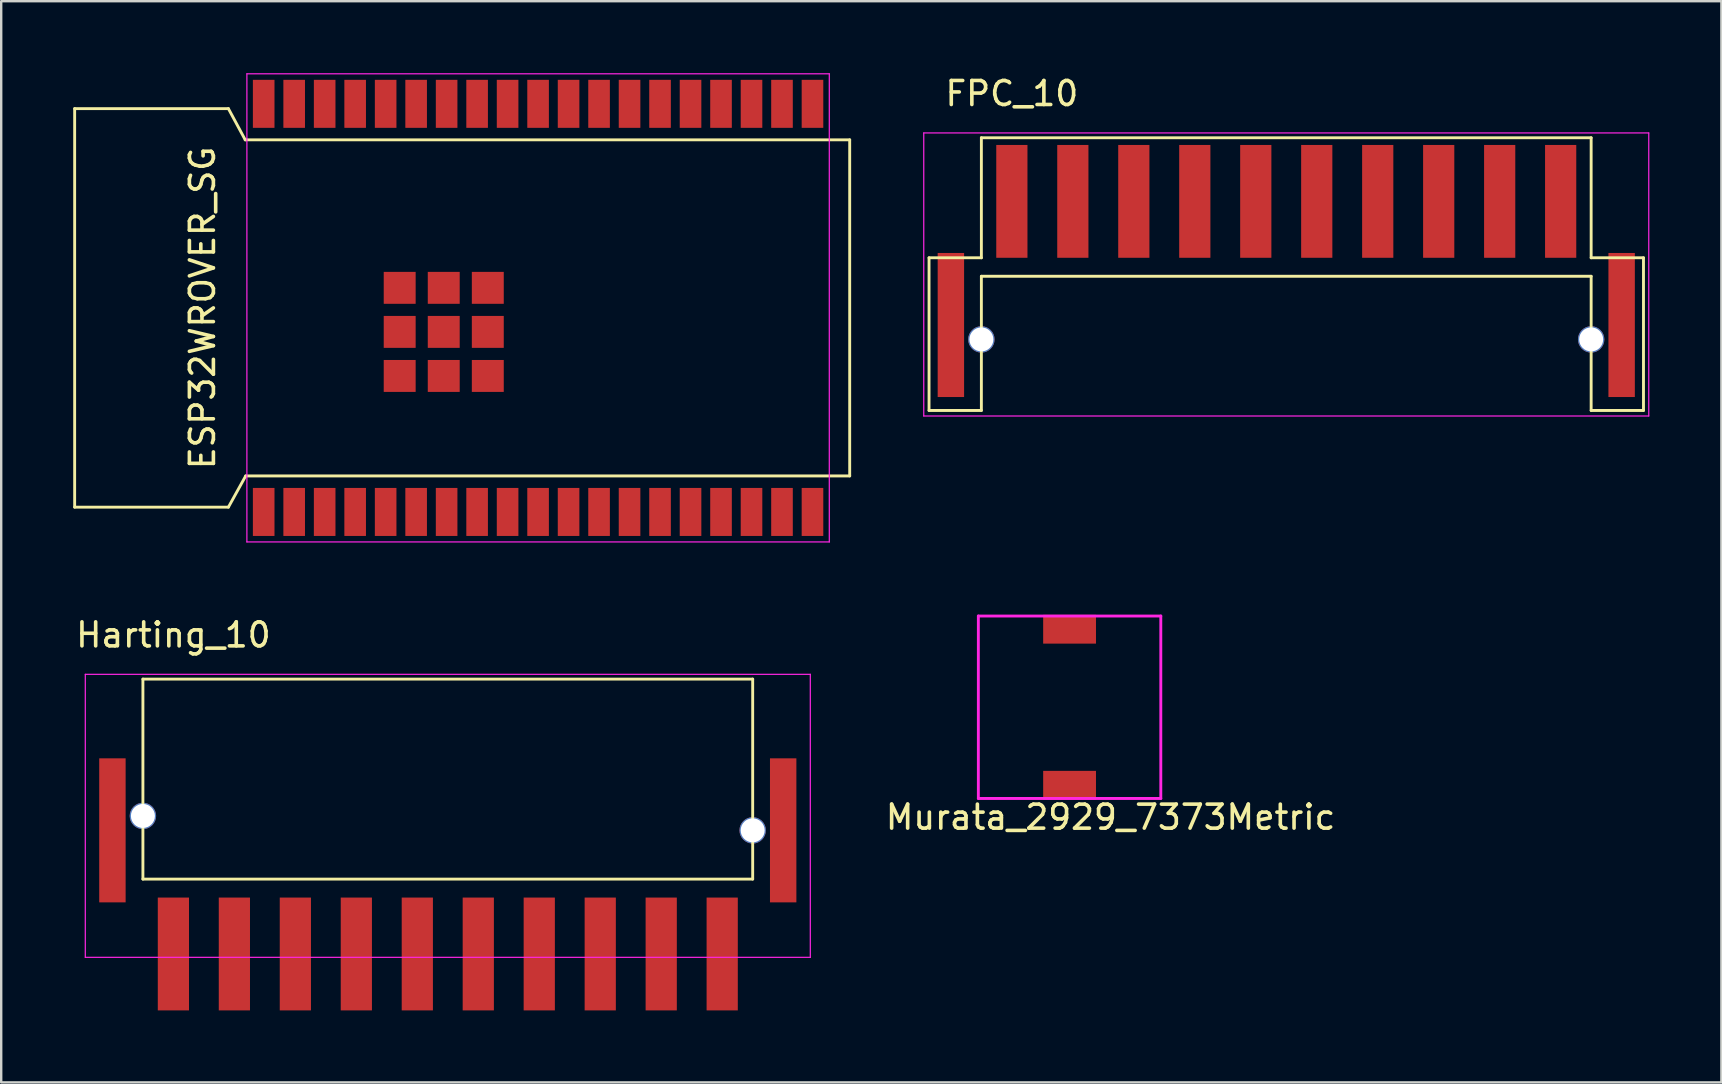
<source format=kicad_pcb>
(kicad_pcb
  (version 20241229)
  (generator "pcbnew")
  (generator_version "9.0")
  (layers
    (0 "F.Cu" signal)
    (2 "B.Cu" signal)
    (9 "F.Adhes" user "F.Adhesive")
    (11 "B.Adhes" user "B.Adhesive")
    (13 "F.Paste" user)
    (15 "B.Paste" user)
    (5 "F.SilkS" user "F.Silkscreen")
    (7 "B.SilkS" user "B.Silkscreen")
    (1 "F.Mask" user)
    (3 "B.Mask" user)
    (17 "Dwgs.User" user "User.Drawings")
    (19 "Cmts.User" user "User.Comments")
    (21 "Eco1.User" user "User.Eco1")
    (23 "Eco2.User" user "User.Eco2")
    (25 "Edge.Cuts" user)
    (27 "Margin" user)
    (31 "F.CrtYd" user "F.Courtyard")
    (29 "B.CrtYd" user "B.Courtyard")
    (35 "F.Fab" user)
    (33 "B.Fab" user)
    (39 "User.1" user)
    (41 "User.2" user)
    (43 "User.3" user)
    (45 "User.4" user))
  (footprint "Murata_2929_7373Metric"
    (layer "F.Cu")
    (at 41.503 26.41)
    (property "Reference" "Murata_2929_7373Metric" (at 1.707 4.58 0) (layer "F.SilkS") (effects (font (size 1 1) (thickness 0.15))))
    (attr through_hole)
    (fp_line (start -3.8 -3.8) (end 3.8 -3.8) (stroke (width 0.12) (type solid)) (layer "F.CrtYd"))
    (fp_line (start -3.8 3.8) (end -3.8 -3.8) (stroke (width 0.12) (type solid)) (layer "F.CrtYd"))
    (fp_line (start -3.8 3.8) (end 3.8 3.8) (stroke (width 0.12) (type solid)) (layer "F.CrtYd"))
    (fp_line (start 3.8 -3.8) (end 3.8 3.8) (stroke (width 0.12) (type solid)) (layer "F.CrtYd"))
    (pad "1" smd rect (at 0 3.25) (size 2.2 1.2) (layers "F.Cu" "F.Mask" "F.Paste"))
    (pad "2" smd rect (at 0 -3.25) (size 2.2 1.2) (layers "F.Cu" "F.Mask" "F.Paste")))
  (footprint "ESP32WROVER_SG"
    (layer "F.Cu")
    (at 19.364 9.775)
    (property "Reference" "ESP32WROVER_SG" (at -13.98 0 90) (layer "F.SilkS") (effects (font (size 1 1) (thickness 0.15))))
    (attr smd)
    (fp_line (start -19.304 8.3) (end -19.304 -8.3) (stroke (width 0.12) (type solid)) (layer "F.SilkS"))
    (fp_line (start -12.9 -8.3) (end -19.304 -8.3) (stroke (width 0.12) (type solid)) (layer "F.SilkS"))
    (fp_line (start -12.9 8.3) (end -19.304 8.3) (stroke (width 0.12) (type solid)) (layer "F.SilkS"))
    (fp_line (start -12.2 -7) (end -12.9 -8.3) (stroke (width 0.12) (type solid)) (layer "F.SilkS"))
    (fp_line (start -12.2 -7) (end 12.98 -7) (stroke (width 0.12) (type solid)) (layer "F.SilkS"))
    (fp_line (start -12.18 7) (end -12.9 8.3) (stroke (width 0.12) (type solid)) (layer "F.SilkS"))
    (fp_line (start 12.98 -7) (end 12.98 7) (stroke (width 0.12) (type solid)) (layer "F.SilkS"))
    (fp_line (start 12.98 7) (end -12.18 7) (stroke (width 0.12) (type solid)) (layer "F.SilkS"))
    (fp_line (start -12.13 -9.75) (end 12.13 -9.75) (stroke (width 0.05) (type solid)) (layer "F.CrtYd"))
    (fp_line (start -12.13 9.75) (end -12.13 -9.75) (stroke (width 0.05) (type solid)) (layer "F.CrtYd"))
    (fp_line (start 12.13 -9.75) (end 12.13 9.75) (stroke (width 0.05) (type solid)) (layer "F.CrtYd"))
    (fp_line (start 12.13 9.75) (end -12.13 9.75) (stroke (width 0.05) (type solid)) (layer "F.CrtYd"))
    (pad "1" smd rect (at -11.43 8.5) (size 0.9 2) (layers "F.Cu" "F.Mask" "F.Paste"))
    (pad "2" smd rect (at -10.16 8.5) (size 0.9 2) (layers "F.Cu" "F.Mask" "F.Paste"))
    (pad "3" smd rect (at -8.89 8.5) (size 0.9 2) (layers "F.Cu" "F.Mask" "F.Paste"))
    (pad "4" smd rect (at -7.62 8.5) (size 0.9 2) (layers "F.Cu" "F.Mask" "F.Paste"))
    (pad "5" smd rect (at -6.35 8.5) (size 0.9 2) (layers "F.Cu" "F.Mask" "F.Paste"))
    (pad "6" smd rect (at -5.08 8.5) (size 0.9 2) (layers "F.Cu" "F.Mask" "F.Paste"))
    (pad "7" smd rect (at -3.81 8.5) (size 0.9 2) (layers "F.Cu" "F.Mask" "F.Paste"))
    (pad "8" smd rect (at -2.54 8.5) (size 0.9 2) (layers "F.Cu" "F.Mask" "F.Paste"))
    (pad "9" smd rect (at -1.27 8.5) (size 0.9 2) (layers "F.Cu" "F.Mask" "F.Paste"))
    (pad "10" smd rect (at 0 8.5) (size 0.9 2) (layers "F.Cu" "F.Mask" "F.Paste"))
    (pad "11" smd rect (at 1.27 8.5) (size 0.9 2) (layers "F.Cu" "F.Mask" "F.Paste"))
    (pad "12" smd rect (at 2.54 8.5) (size 0.9 2) (layers "F.Cu" "F.Mask" "F.Paste"))
    (pad "13" smd rect (at 3.81 8.5) (size 0.9 2) (layers "F.Cu" "F.Mask" "F.Paste"))
    (pad "14" smd rect (at 5.08 8.5) (size 0.9 2) (layers "F.Cu" "F.Mask" "F.Paste"))
    (pad "15" smd rect (at 6.35 8.5) (size 0.9 2) (layers "F.Cu" "F.Mask" "F.Paste"))
    (pad "16" smd rect (at 7.62 8.5) (size 0.9 2) (layers "F.Cu" "F.Mask" "F.Paste"))
    (pad "17" smd rect (at 8.89 8.5) (size 0.9 2) (layers "F.Cu" "F.Mask" "F.Paste"))
    (pad "18" smd rect (at 10.16 8.5) (size 0.9 2) (layers "F.Cu" "F.Mask" "F.Paste"))
    (pad "19" smd rect (at 11.43 8.5) (size 0.9 2) (layers "F.Cu" "F.Mask" "F.Paste"))
    (pad "20" smd rect (at 11.43 -8.5) (size 0.9 2) (layers "F.Cu" "F.Mask" "F.Paste"))
    (pad "21" smd rect (at 10.16 -8.5) (size 0.9 2) (layers "F.Cu" "F.Mask" "F.Paste"))
    (pad "22" smd rect (at 8.89 -8.5) (size 0.9 2) (layers "F.Cu" "F.Mask" "F.Paste"))
    (pad "23" smd rect (at 7.62 -8.5) (size 0.9 2) (layers "F.Cu" "F.Mask" "F.Paste"))
    (pad "24" smd rect (at 6.35 -8.5) (size 0.9 2) (layers "F.Cu" "F.Mask" "F.Paste"))
    (pad "25" smd rect (at 5.08 -8.5) (size 0.9 2) (layers "F.Cu" "F.Mask" "F.Paste"))
    (pad "26" smd rect (at 3.81 -8.5) (size 0.9 2) (layers "F.Cu" "F.Mask" "F.Paste"))
    (pad "27" smd rect (at 2.54 -8.5) (size 0.9 2) (layers "F.Cu" "F.Mask" "F.Paste"))
    (pad "28" smd rect (at 1.27 -8.5) (size 0.9 2) (layers "F.Cu" "F.Mask" "F.Paste"))
    (pad "29" smd rect (at 0 -8.5) (size 0.9 2) (layers "F.Cu" "F.Mask" "F.Paste"))
    (pad "30" smd rect (at -1.27 -8.5) (size 0.9 2) (layers "F.Cu" "F.Mask" "F.Paste"))
    (pad "31" smd rect (at -2.54 -8.5) (size 0.9 2) (layers "F.Cu" "F.Mask" "F.Paste"))
    (pad "32" smd rect (at -3.81 -8.5) (size 0.9 2) (layers "F.Cu" "F.Mask" "F.Paste"))
    (pad "33" smd rect (at -5.08 -8.5) (size 0.9 2) (layers "F.Cu" "F.Mask" "F.Paste"))
    (pad "34" smd rect (at -6.35 -8.5) (size 0.9 2) (layers "F.Cu" "F.Mask" "F.Paste"))
    (pad "35" smd rect (at -7.62 -8.5) (size 0.9 2) (layers "F.Cu" "F.Mask" "F.Paste"))
    (pad "36" smd rect (at -8.89 -8.5) (size 0.9 2) (layers "F.Cu" "F.Mask" "F.Paste"))
    (pad "37" smd rect (at -10.16 -8.5) (size 0.9 2) (layers "F.Cu" "F.Mask" "F.Paste"))
    (pad "38" smd rect (at -11.43 -8.5) (size 0.9 2) (layers "F.Cu" "F.Mask" "F.Paste"))
    (pad "39" smd rect (at -5.765 -0.835) (size 1.33 1.33) (layers "F.Cu" "F.Mask" "F.Paste"))
    (pad "40" smd rect (at -3.93 -0.835) (size 1.33 1.33) (layers "F.Cu" "F.Mask" "F.Paste"))
    (pad "41" smd rect (at -2.095 -0.835) (size 1.33 1.33) (layers "F.Cu" "F.Mask" "F.Paste"))
    (pad "42" smd rect (at -5.765 1) (size 1.33 1.33) (layers "F.Cu" "F.Mask" "F.Paste"))
    (pad "43" smd rect (at -3.93 1) (size 1.33 1.33) (layers "F.Cu" "F.Mask" "F.Paste"))
    (pad "44" smd rect (at -2.095 1) (size 1.33 1.33) (layers "F.Cu" "F.Mask" "F.Paste"))
    (pad "45" smd rect (at -5.765 2.835) (size 1.33 1.33) (layers "F.Cu" "F.Mask" "F.Paste"))
    (pad "46" smd rect (at -3.93 2.835) (size 1.33 1.33) (layers "F.Cu" "F.Mask" "F.Paste"))
    (pad "47" smd rect (at -2.095 2.835) (size 1.33 1.33) (layers "F.Cu" "F.Mask" "F.Paste")))
  (footprint "Harting_10"
    (layer "F.Cu")
    (at 15.603 32.288)
    (property "Reference" "Harting_10" (at -11.43 -8.89 0) (layer "F.SilkS") (effects (font (size 1 1) (thickness 0.15))))
    (attr smd)
    (fp_line (start -12.7 -7.05) (end 12.7 -7.05) (stroke (width 0.12) (type solid)) (layer "F.SilkS"))
    (fp_line (start -12.7 1.28) (end -12.7 -7.05) (stroke (width 0.12) (type solid)) (layer "F.SilkS"))
    (fp_line (start -12.7 1.28) (end 12.7 1.28) (stroke (width 0.12) (type solid)) (layer "F.SilkS"))
    (fp_line (start 12.7 1.28) (end 12.7 -7.05) (stroke (width 0.12) (type solid)) (layer "F.SilkS"))
    (fp_line (start -15.1 -7.25) (end -15.1 4.54) (stroke (width 0.05) (type solid)) (layer "F.CrtYd"))
    (fp_line (start -15.1 -7.25) (end 15.1 -7.25) (stroke (width 0.05) (type solid)) (layer "F.CrtYd"))
    (fp_line (start -15.1 4.54) (end 15.1 4.54) (stroke (width 0.05) (type solid)) (layer "F.CrtYd"))
    (fp_line (start 15.1 -7.25) (end 15.1 4.54) (stroke (width 0.05) (type solid)) (layer "F.CrtYd"))
    (pad "" thru_hole circle (at -12.7 -1.35) (size 1.1 1.1) (drill 1) (layers "*.Cu" "*.Mask"))
    (pad "" thru_hole circle (at 12.7 -0.75) (size 1.1 1.1) (drill 1) (layers "*.Cu" "*.Mask"))
    (pad "0" smd rect (at -13.97 -0.75) (size 1.1 6) (layers "F.Cu" "F.Mask" "F.Paste"))
    (pad "0" smd rect (at 13.97 -0.75) (size 1.1 6) (layers "F.Cu" "F.Mask" "F.Paste"))
    (pad "1" smd rect (at 11.43 4.4) (size 1.3 4.7) (layers "F.Cu" "F.Mask" "F.Paste"))
    (pad "2" smd rect (at 8.89 4.4) (size 1.3 4.7) (layers "F.Cu" "F.Mask" "F.Paste"))
    (pad "3" smd rect (at 6.35 4.4) (size 1.3 4.7) (layers "F.Cu" "F.Mask" "F.Paste"))
    (pad "4" smd rect (at 3.81 4.4) (size 1.3 4.7) (layers "F.Cu" "F.Mask" "F.Paste"))
    (pad "5" smd rect (at 1.27 4.4) (size 1.3 4.7) (layers "F.Cu" "F.Mask" "F.Paste"))
    (pad "6" smd rect (at -1.27 4.4) (size 1.3 4.7) (layers "F.Cu" "F.Mask" "F.Paste"))
    (pad "7" smd rect (at -3.81 4.4) (size 1.3 4.7) (layers "F.Cu" "F.Mask" "F.Paste"))
    (pad "8" smd rect (at -6.35 4.4) (size 1.3 4.7) (layers "F.Cu" "F.Mask" "F.Paste"))
    (pad "9" smd rect (at -8.89 4.4) (size 1.3 4.7) (layers "F.Cu" "F.Mask" "F.Paste"))
    (pad "10" smd rect (at -11.43 4.4) (size 1.3 4.7) (layers "F.Cu" "F.Mask" "F.Paste")))
  (footprint "FPC_10"
    (layer "F.Cu")
    (at 50.529 9.738)
    (property "Reference" "FPC_10" (at -11.43 -8.89 0) (layer "F.SilkS") (effects (font (size 1 1) (thickness 0.15))))
    (attr smd)
    (fp_line (start -14.88 -2.05) (end -12.7 -2.05) (stroke (width 0.12) (type solid)) (layer "F.SilkS"))
    (fp_line (start -14.88 4.31) (end -14.88 -2.05) (stroke (width 0.12) (type solid)) (layer "F.SilkS"))
    (fp_line (start -12.7 -7.05) (end 12.7 -7.05) (stroke (width 0.12) (type solid)) (layer "F.SilkS"))
    (fp_line (start -12.7 -2.05) (end -12.7 -7.05) (stroke (width 0.12) (type solid)) (layer "F.SilkS"))
    (fp_line (start -12.7 -1.28) (end -12.7 4.31) (stroke (width 0.12) (type solid)) (layer "F.SilkS"))
    (fp_line (start -12.7 -1.28) (end 12.7 -1.28) (stroke (width 0.12) (type solid)) (layer "F.SilkS"))
    (fp_line (start -12.7 4.31) (end -14.88 4.31) (stroke (width 0.12) (type solid)) (layer "F.SilkS"))
    (fp_line (start 12.7 -2.05) (end 12.7 -7.05) (stroke (width 0.12) (type solid)) (layer "F.SilkS"))
    (fp_line (start 12.7 -1.28) (end 12.7 4.31) (stroke (width 0.12) (type solid)) (layer "F.SilkS"))
    (fp_line (start 12.7 4.31) (end 14.88 4.31) (stroke (width 0.12) (type solid)) (layer "F.SilkS"))
    (fp_line (start 14.88 -2.05) (end 12.7 -2.05) (stroke (width 0.12) (type solid)) (layer "F.SilkS"))
    (fp_line (start 14.88 4.31) (end 14.88 -2.05) (stroke (width 0.12) (type solid)) (layer "F.SilkS"))
    (fp_line (start -15.1 -7.25) (end -15.1 4.54) (stroke (width 0.05) (type solid)) (layer "F.CrtYd"))
    (fp_line (start -15.1 -7.25) (end 15.1 -7.25) (stroke (width 0.05) (type solid)) (layer "F.CrtYd"))
    (fp_line (start -15.1 4.54) (end 15.1 4.54) (stroke (width 0.05) (type solid)) (layer "F.CrtYd"))
    (fp_line (start 15.1 -7.25) (end 15.1 4.54) (stroke (width 0.05) (type solid)) (layer "F.CrtYd"))
    (pad "" thru_hole circle (at -12.7 1.35) (size 1.1 1.1) (drill 1) (layers "*.Cu" "*.Mask"))
    (pad "" thru_hole circle (at 12.7 1.35) (size 1.1 1.1) (drill 1) (layers "*.Cu" "*.Mask"))
    (pad "0" smd rect (at -13.97 0.75) (size 1.1 6) (layers "F.Cu" "F.Mask" "F.Paste"))
    (pad "0" smd rect (at 13.97 0.75) (size 1.1 6) (layers "F.Cu" "F.Mask" "F.Paste"))
    (pad "1" smd rect (at -11.43 -4.4) (size 1.3 4.7) (layers "F.Cu" "F.Mask" "F.Paste"))
    (pad "2" smd rect (at -8.89 -4.4) (size 1.3 4.7) (layers "F.Cu" "F.Mask" "F.Paste"))
    (pad "3" smd rect (at -6.35 -4.4) (size 1.3 4.7) (layers "F.Cu" "F.Mask" "F.Paste"))
    (pad "4" smd rect (at -3.81 -4.4) (size 1.3 4.7) (layers "F.Cu" "F.Mask" "F.Paste"))
    (pad "5" smd rect (at -1.27 -4.4) (size 1.3 4.7) (layers "F.Cu" "F.Mask" "F.Paste"))
    (pad "6" smd rect (at 1.27 -4.4) (size 1.3 4.7) (layers "F.Cu" "F.Mask" "F.Paste"))
    (pad "7" smd rect (at 3.81 -4.4) (size 1.3 4.7) (layers "F.Cu" "F.Mask" "F.Paste"))
    (pad "8" smd rect (at 6.35 -4.4) (size 1.3 4.7) (layers "F.Cu" "F.Mask" "F.Paste"))
    (pad "9" smd rect (at 8.89 -4.4) (size 1.3 4.7) (layers "F.Cu" "F.Mask" "F.Paste"))
    (pad "10" smd rect (at 11.43 -4.4) (size 1.3 4.7) (layers "F.Cu" "F.Mask" "F.Paste")))
  (gr_rect
    (start -3 -3)
    (end 68.654 42.038)
    (stroke (width 0.1) (type default))
    (fill no)
    (layer "Edge.Cuts")))
</source>
